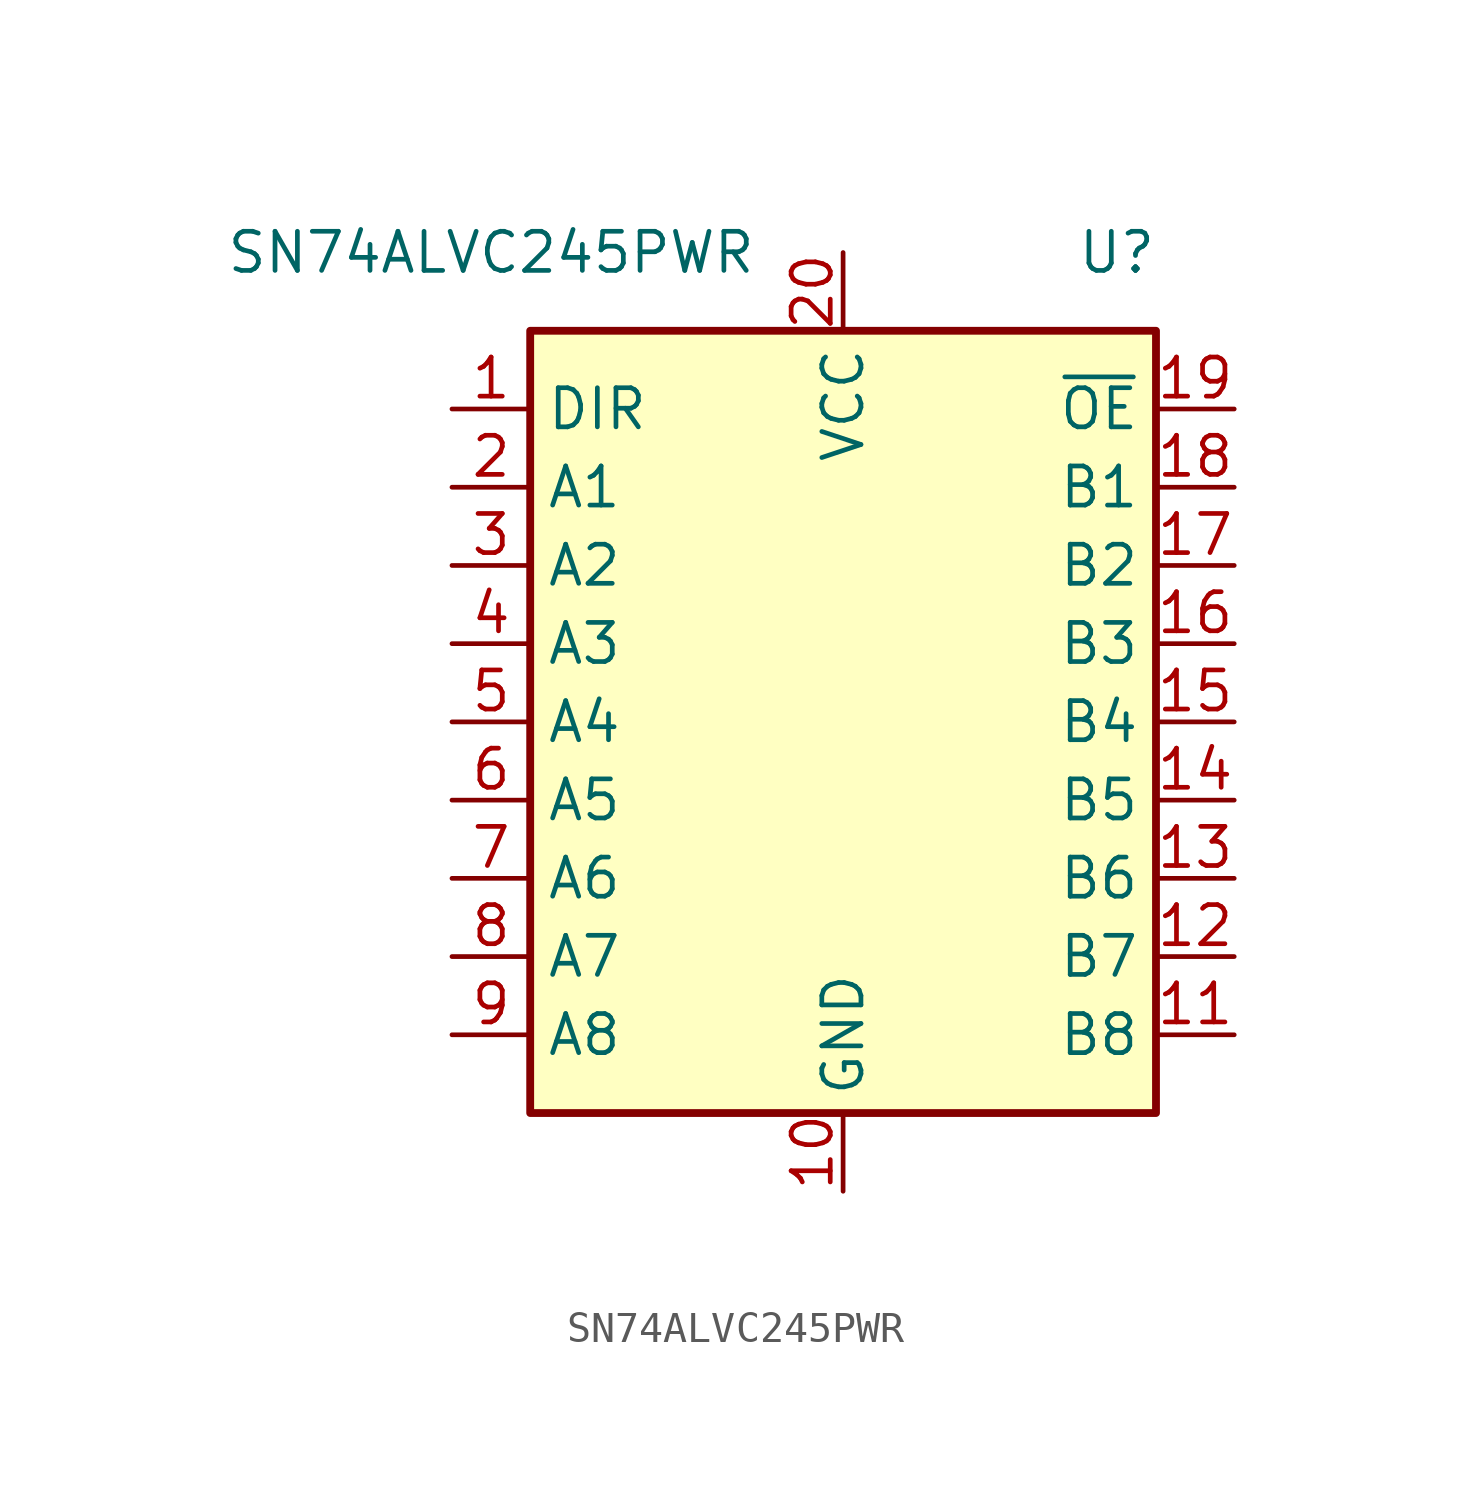
<source format=kicad_sym>
(kicad_symbol_lib
  (version 20220914)
  (generator kicad_symbol_editor)
  (symbol "SN74ALVC245PWR"
    (property "Reference" "U"
      (at 8.89 15.24 0)
      (effects (font (size 1.27 1.27))))
    (property "Value" "SN74ALVC245PWR"
      (at -11.43 15.24 0)
      (effects (font (size 1.27 1.27))))
    (symbol "SN74ALVC245PWR_0_1"
      (rectangle (start -10.16 12.7) (end 10.16 -12.7) (stroke (width 0.254) (type default)) (fill (type background))))
    (symbol "SN74ALVC245PWR_1_1"
      (pin input line (at -12.7 10.16 0) (length 2.54) (name "DIR" (effects (font (size 1.27 1.27)))) (number "1" (effects (font (size 1.27 1.27)))))
      (pin power_in line (at 0 -15.24 90) (length 2.54) (name "GND" (effects (font (size 1.27 1.27)))) (number "10" (effects (font (size 1.27 1.27)))))
      (pin output line (at 12.7 -10.16 180) (length 2.54) (name "B8" (effects (font (size 1.27 1.27)))) (number "11" (effects (font (size 1.27 1.27)))))
      (pin output line (at 12.7 -7.62 180) (length 2.54) (name "B7" (effects (font (size 1.27 1.27)))) (number "12" (effects (font (size 1.27 1.27)))))
      (pin output line (at 12.7 -5.08 180) (length 2.54) (name "B6" (effects (font (size 1.27 1.27)))) (number "13" (effects (font (size 1.27 1.27)))))
      (pin output line (at 12.7 -2.54 180) (length 2.54) (name "B5" (effects (font (size 1.27 1.27)))) (number "14" (effects (font (size 1.27 1.27)))))
      (pin output line (at 12.7 0 180) (length 2.54) (name "B4" (effects (font (size 1.27 1.27)))) (number "15" (effects (font (size 1.27 1.27)))))
      (pin output line (at 12.7 2.54 180) (length 2.54) (name "B3" (effects (font (size 1.27 1.27)))) (number "16" (effects (font (size 1.27 1.27)))))
      (pin output line (at 12.7 5.08 180) (length 2.54) (name "B2" (effects (font (size 1.27 1.27)))) (number "17" (effects (font (size 1.27 1.27)))))
      (pin output line (at 12.7 7.62 180) (length 2.54) (name "B1" (effects (font (size 1.27 1.27)))) (number "18" (effects (font (size 1.27 1.27)))))
      (pin input line (at 12.7 10.16 180) (length 2.54) (name "~{OE}" (effects (font (size 1.27 1.27)))) (number "19" (effects (font (size 1.27 1.27)))))
      (pin input line (at -12.7 7.62 0) (length 2.54) (name "A1" (effects (font (size 1.27 1.27)))) (number "2" (effects (font (size 1.27 1.27)))))
      (pin power_in line (at 0 15.24 270) (length 2.54) (name "VCC" (effects (font (size 1.27 1.27)))) (number "20" (effects (font (size 1.27 1.27)))))
      (pin input line (at -12.7 5.08 0) (length 2.54) (name "A2" (effects (font (size 1.27 1.27)))) (number "3" (effects (font (size 1.27 1.27)))))
      (pin input line (at -12.7 2.54 0) (length 2.54) (name "A3" (effects (font (size 1.27 1.27)))) (number "4" (effects (font (size 1.27 1.27)))))
      (pin input line (at -12.7 0 0) (length 2.54) (name "A4" (effects (font (size 1.27 1.27)))) (number "5" (effects (font (size 1.27 1.27)))))
      (pin input line (at -12.7 -2.54 0) (length 2.54) (name "A5" (effects (font (size 1.27 1.27)))) (number "6" (effects (font (size 1.27 1.27)))))
      (pin input line (at -12.7 -5.08 0) (length 2.54) (name "A6" (effects (font (size 1.27 1.27)))) (number "7" (effects (font (size 1.27 1.27)))))
      (pin input line (at -12.7 -7.62 0) (length 2.54) (name "A7" (effects (font (size 1.27 1.27)))) (number "8" (effects (font (size 1.27 1.27)))))
      (pin input line (at -12.7 -10.16 0) (length 2.54) (name "A8" (effects (font (size 1.27 1.27)))) (number "9" (effects (font (size 1.27 1.27))))))))
</source>
